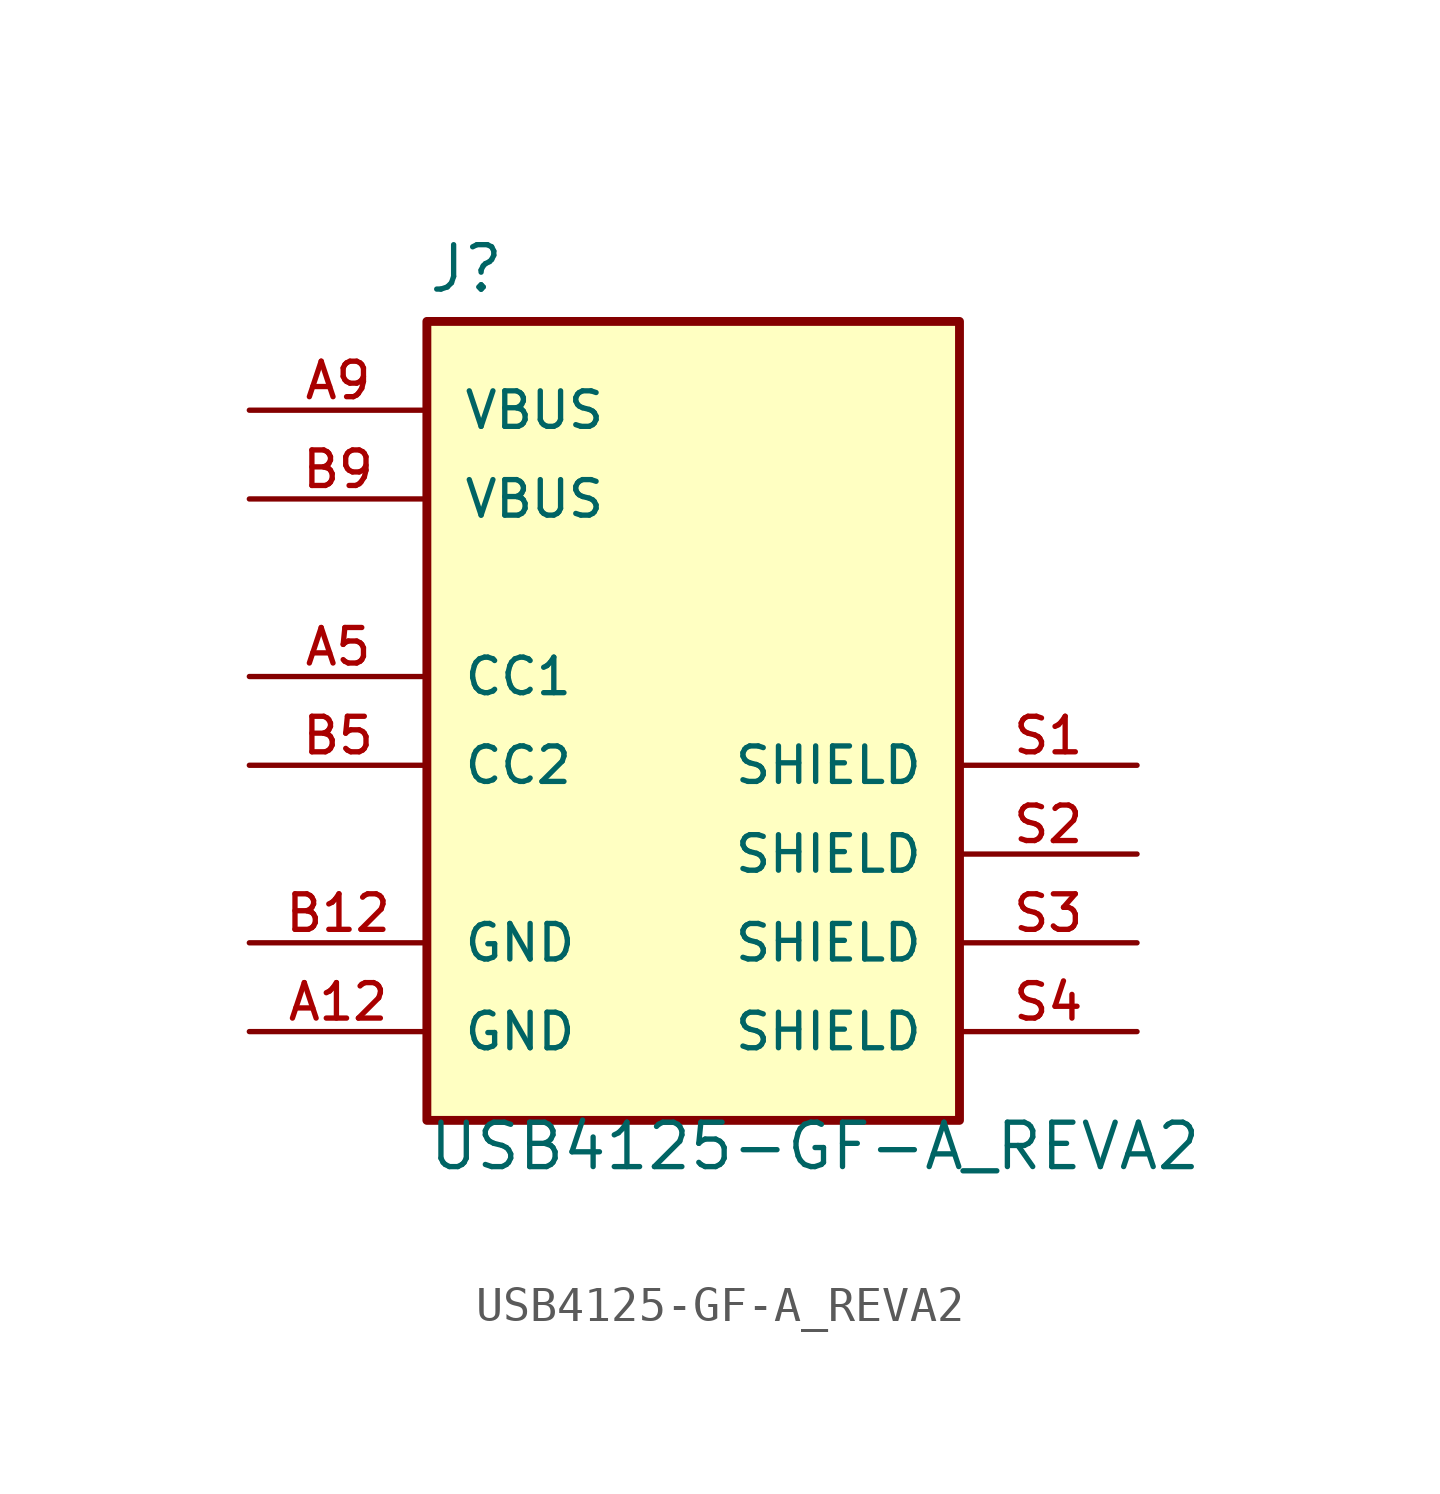
<source format=kicad_sym>
(kicad_symbol_lib
  (version 20220914)
  (generator kicad_symbol_editor)
  (symbol "USB4125-GF-A_REVA2"
    (pin_names
      (offset 1.016))
    (property "Reference" "J"
      (at -7.62 10.922 0)
      (effects (font (size 1.27 1.27)) (justify left bottom)))
    (property "Value" "USB4125-GF-A_REVA2"
      (at -7.62 -12.7 0)
      (effects (font (size 1.27 1.27)) (justify left top)))
    (symbol "USB4125-GF-A_REVA2_0_0"
      (rectangle (start -7.62 10.16) (end 7.62 -12.7) (stroke (width 0.254) (type default)) (fill (type background)))
      (pin power_in line (at -12.7 -10.16 0) (length 5.08) (name "GND" (effects (font (size 1.016 1.016)))) (number "A12" (effects (font (size 1.016 1.016)))))
      (pin bidirectional line (at -12.7 0 0) (length 5.08) (name "CC1" (effects (font (size 1.016 1.016)))) (number "A5" (effects (font (size 1.016 1.016)))))
      (pin power_in line (at -12.7 7.62 0) (length 5.08) (name "VBUS" (effects (font (size 1.016 1.016)))) (number "A9" (effects (font (size 1.016 1.016)))))
      (pin power_in line (at -12.7 -7.62 0) (length 5.08) (name "GND" (effects (font (size 1.016 1.016)))) (number "B12" (effects (font (size 1.016 1.016)))))
      (pin bidirectional line (at -12.7 -2.54 0) (length 5.08) (name "CC2" (effects (font (size 1.016 1.016)))) (number "B5" (effects (font (size 1.016 1.016)))))
      (pin power_in line (at -12.7 5.08 0) (length 5.08) (name "VBUS" (effects (font (size 1.016 1.016)))) (number "B9" (effects (font (size 1.016 1.016)))))
      (pin passive line (at 12.7 -2.54 180) (length 5.08) (name "SHIELD" (effects (font (size 1.016 1.016)))) (number "S1" (effects (font (size 1.016 1.016)))))
      (pin passive line (at 12.7 -5.08 180) (length 5.08) (name "SHIELD" (effects (font (size 1.016 1.016)))) (number "S2" (effects (font (size 1.016 1.016)))))
      (pin passive line (at 12.7 -7.62 180) (length 5.08) (name "SHIELD" (effects (font (size 1.016 1.016)))) (number "S3" (effects (font (size 1.016 1.016)))))
      (pin passive line (at 12.7 -10.16 180) (length 5.08) (name "SHIELD" (effects (font (size 1.016 1.016)))) (number "S4" (effects (font (size 1.016 1.016))))))))
</source>
